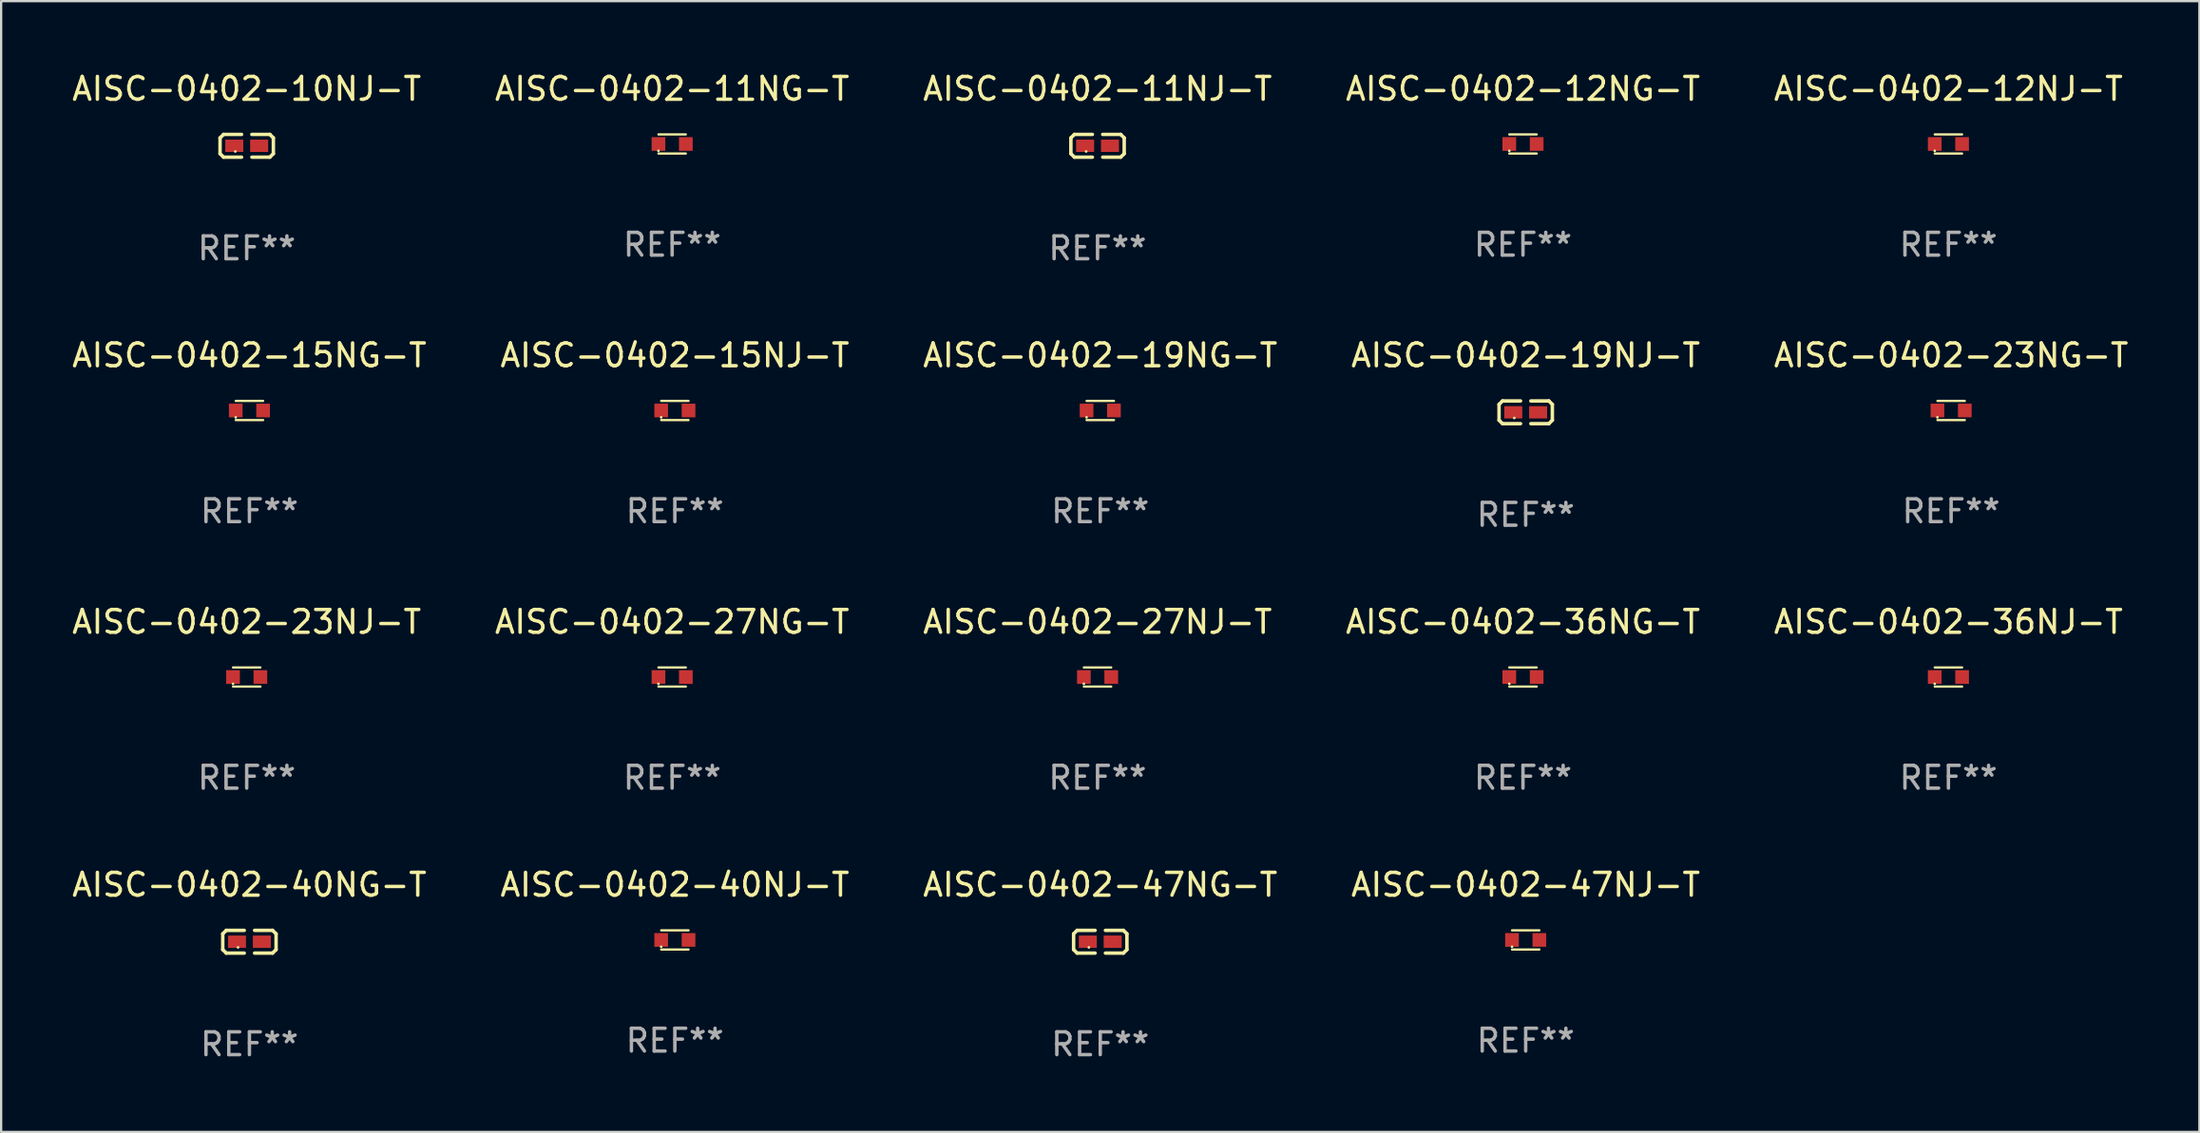
<source format=kicad_pcb>
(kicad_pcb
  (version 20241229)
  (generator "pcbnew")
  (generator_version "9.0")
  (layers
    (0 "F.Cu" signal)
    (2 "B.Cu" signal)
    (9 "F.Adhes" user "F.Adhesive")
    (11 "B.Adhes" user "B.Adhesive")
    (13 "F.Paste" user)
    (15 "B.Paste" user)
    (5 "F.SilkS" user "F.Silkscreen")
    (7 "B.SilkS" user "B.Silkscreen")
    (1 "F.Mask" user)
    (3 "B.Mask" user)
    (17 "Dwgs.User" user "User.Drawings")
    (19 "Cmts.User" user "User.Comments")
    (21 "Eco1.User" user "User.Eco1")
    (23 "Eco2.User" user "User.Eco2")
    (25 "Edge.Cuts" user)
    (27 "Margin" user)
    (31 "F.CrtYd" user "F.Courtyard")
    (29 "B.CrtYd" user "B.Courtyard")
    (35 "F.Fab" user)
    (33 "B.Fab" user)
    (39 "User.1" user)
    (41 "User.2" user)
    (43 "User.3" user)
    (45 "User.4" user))
  (footprint "AISC-0402-23NG-T"
    (layer "F.Cu")
    (at 82.506 14.962)
    (property "Reference" "AISC-0402-23NG-T" (at 0 -2.42 0) (layer "F.SilkS") (effects (font (size 1 1) (thickness 0.15))))
    (attr through_hole)
    (fp_line (start -0.6 -0.42) (end 0.6 -0.42) (stroke (width 0.1) (type solid)) (layer "F.SilkS"))
    (fp_line (start -0.6 0.42) (end 0.6 0.42) (stroke (width 0.1) (type solid)) (layer "F.SilkS"))
    (fp_circle (center -0.6 0.3) (end -0.57 0.3) (stroke (width 0.06) (type solid)) (fill no) (layer "F.SilkS"))
    (fp_text user "REF**" (at 0 4.42 0) (layer "F.Fab") (effects (font (size 1 1) (thickness 0.15))))
    (pad "1" smd rect (at -0.6 0) (size 0.6 0.6) (layers "F.Cu" "F.Mask" "F.Paste"))
    (pad "2" smd rect (at 0.6 0) (size 0.6 0.6) (layers "F.Cu" "F.Mask" "F.Paste")))
  (footprint "AISC-0402-23NJ-T"
    (layer "F.Cu")
    (at 7.768 26.656)
    (property "Reference" "AISC-0402-23NJ-T" (at 0 -2.42 0) (layer "F.SilkS") (effects (font (size 1 1) (thickness 0.15))))
    (attr through_hole)
    (fp_line (start -0.6 -0.42) (end 0.6 -0.42) (stroke (width 0.1) (type solid)) (layer "F.SilkS"))
    (fp_line (start -0.6 0.42) (end 0.6 0.42) (stroke (width 0.1) (type solid)) (layer "F.SilkS"))
    (fp_circle (center -0.6 0.3) (end -0.57 0.3) (stroke (width 0.06) (type solid)) (fill no) (layer "F.SilkS"))
    (fp_text user "REF**" (at 0 4.42 0) (layer "F.Fab") (effects (font (size 1 1) (thickness 0.15))))
    (pad "1" smd rect (at -0.6 0) (size 0.6 0.6) (layers "F.Cu" "F.Mask" "F.Paste"))
    (pad "2" smd rect (at 0.6 0) (size 0.6 0.6) (layers "F.Cu" "F.Mask" "F.Paste")))
  (footprint "AISC-0402-12NG-T"
    (layer "F.Cu")
    (at 63.732 3.268)
    (property "Reference" "AISC-0402-12NG-T" (at 0 -2.42 0) (layer "F.SilkS") (effects (font (size 1 1) (thickness 0.15))))
    (attr through_hole)
    (fp_line (start -0.6 -0.42) (end 0.6 -0.42) (stroke (width 0.1) (type solid)) (layer "F.SilkS"))
    (fp_line (start -0.6 0.42) (end 0.6 0.42) (stroke (width 0.1) (type solid)) (layer "F.SilkS"))
    (fp_circle (center -0.6 0.3) (end -0.57 0.3) (stroke (width 0.06) (type solid)) (fill no) (layer "F.SilkS"))
    (fp_text user "REF**" (at 0 4.42 0) (layer "F.Fab") (effects (font (size 1 1) (thickness 0.15))))
    (pad "1" smd rect (at -0.6 0) (size 0.6 0.6) (layers "F.Cu" "F.Mask" "F.Paste"))
    (pad "2" smd rect (at 0.6 0) (size 0.6 0.6) (layers "F.Cu" "F.Mask" "F.Paste")))
  (footprint "AISC-0402-27NJ-T"
    (layer "F.Cu")
    (at 45.077 26.656)
    (property "Reference" "AISC-0402-27NJ-T" (at 0 -2.42 0) (layer "F.SilkS") (effects (font (size 1 1) (thickness 0.15))))
    (attr through_hole)
    (fp_line (start -0.6 -0.42) (end 0.6 -0.42) (stroke (width 0.1) (type solid)) (layer "F.SilkS"))
    (fp_line (start -0.6 0.42) (end 0.6 0.42) (stroke (width 0.1) (type solid)) (layer "F.SilkS"))
    (fp_circle (center -0.6 0.3) (end -0.57 0.3) (stroke (width 0.06) (type solid)) (fill no) (layer "F.SilkS"))
    (fp_text user "REF**" (at 0 4.42 0) (layer "F.Fab") (effects (font (size 1 1) (thickness 0.15))))
    (pad "1" smd rect (at -0.6 0) (size 0.6 0.6) (layers "F.Cu" "F.Mask" "F.Paste"))
    (pad "2" smd rect (at 0.6 0) (size 0.6 0.6) (layers "F.Cu" "F.Mask" "F.Paste")))
  (footprint "AISC-0402-47NJ-T"
    (layer "F.Cu")
    (at 63.851 38.192)
    (property "Reference" "AISC-0402-47NJ-T" (at 0 -2.42 0) (layer "F.SilkS") (effects (font (size 1 1) (thickness 0.15))))
    (attr through_hole)
    (fp_line (start -0.6 -0.42) (end 0.6 -0.42) (stroke (width 0.1) (type solid)) (layer "F.SilkS"))
    (fp_line (start -0.6 0.42) (end 0.6 0.42) (stroke (width 0.1) (type solid)) (layer "F.SilkS"))
    (fp_circle (center -0.6 0.3) (end -0.57 0.3) (stroke (width 0.06) (type solid)) (fill no) (layer "F.SilkS"))
    (fp_text user "REF**" (at 0 4.42 0) (layer "F.Fab") (effects (font (size 1 1) (thickness 0.15))))
    (pad "1" smd rect (at -0.6 0) (size 0.6 0.6) (layers "F.Cu" "F.Mask" "F.Paste"))
    (pad "2" smd rect (at 0.6 0) (size 0.6 0.6) (layers "F.Cu" "F.Mask" "F.Paste")))
  (footprint "AISC-0402-40NG-T"
    (layer "F.Cu")
    (at 7.887 38.271)
    (property "Reference" "AISC-0402-40NG-T" (at 0 -2.499 0) (layer "F.SilkS") (effects (font (size 1 1) (thickness 0.15))))
    (attr through_hole)
    (fp_line (start -1.169 -0.346) (end -1.016 -0.499) (stroke (width 0.152) (type solid)) (layer "F.SilkS"))
    (fp_line (start -1.169 0.346) (end -1.169 -0.346) (stroke (width 0.152) (type solid)) (layer "F.SilkS"))
    (fp_line (start -1.016 -0.499) (end -0.226 -0.499) (stroke (width 0.152) (type solid)) (layer "F.SilkS"))
    (fp_line (start -1.016 0.499) (end -1.169 0.346) (stroke (width 0.152) (type solid)) (layer "F.SilkS"))
    (fp_line (start -0.226 0.499) (end -1.016 0.499) (stroke (width 0.152) (type solid)) (layer "F.SilkS"))
    (fp_line (start 0.226 0.499) (end 1.016 0.499) (stroke (width 0.152) (type solid)) (layer "F.SilkS"))
    (fp_line (start 1.016 -0.499) (end 0.226 -0.499) (stroke (width 0.152) (type solid)) (layer "F.SilkS"))
    (fp_line (start 1.016 0.499) (end 1.169 0.346) (stroke (width 0.152) (type solid)) (layer "F.SilkS"))
    (fp_line (start 1.169 -0.346) (end 1.016 -0.499) (stroke (width 0.152) (type solid)) (layer "F.SilkS"))
    (fp_line (start 1.169 0.346) (end 1.169 -0.346) (stroke (width 0.152) (type solid)) (layer "F.SilkS"))
    (fp_circle (center -0.5 0.25) (end -0.47 0.25) (stroke (width 0.06) (type solid)) (fill no) (layer "F.SilkS"))
    (fp_text user "REF**" (at 0 4.499 0) (layer "F.Fab") (effects (font (size 1 1) (thickness 0.15))))
    (pad "1" smd rect (at -0.545 0) (size 0.79 0.54) (layers "F.Cu" "F.Mask" "F.Paste"))
    (pad "2" smd rect (at 0.545 0) (size 0.79 0.54) (layers "F.Cu" "F.Mask" "F.Paste")))
  (footprint "AISC-0402-19NG-T"
    (layer "F.Cu")
    (at 45.196 14.962)
    (property "Reference" "AISC-0402-19NG-T" (at 0 -2.42 0) (layer "F.SilkS") (effects (font (size 1 1) (thickness 0.15))))
    (attr through_hole)
    (fp_line (start -0.6 -0.42) (end 0.6 -0.42) (stroke (width 0.1) (type solid)) (layer "F.SilkS"))
    (fp_line (start -0.6 0.42) (end 0.6 0.42) (stroke (width 0.1) (type solid)) (layer "F.SilkS"))
    (fp_circle (center -0.6 0.3) (end -0.57 0.3) (stroke (width 0.06) (type solid)) (fill no) (layer "F.SilkS"))
    (fp_text user "REF**" (at 0 4.42 0) (layer "F.Fab") (effects (font (size 1 1) (thickness 0.15))))
    (pad "1" smd rect (at -0.6 0) (size 0.6 0.6) (layers "F.Cu" "F.Mask" "F.Paste"))
    (pad "2" smd rect (at 0.6 0) (size 0.6 0.6) (layers "F.Cu" "F.Mask" "F.Paste")))
  (footprint "AISC-0402-11NJ-T"
    (layer "F.Cu")
    (at 45.077 3.347)
    (property "Reference" "AISC-0402-11NJ-T" (at 0 -2.499 0) (layer "F.SilkS") (effects (font (size 1 1) (thickness 0.15))))
    (attr through_hole)
    (fp_line (start -1.169 -0.346) (end -1.016 -0.499) (stroke (width 0.152) (type solid)) (layer "F.SilkS"))
    (fp_line (start -1.169 0.346) (end -1.169 -0.346) (stroke (width 0.152) (type solid)) (layer "F.SilkS"))
    (fp_line (start -1.016 -0.499) (end -0.226 -0.499) (stroke (width 0.152) (type solid)) (layer "F.SilkS"))
    (fp_line (start -1.016 0.499) (end -1.169 0.346) (stroke (width 0.152) (type solid)) (layer "F.SilkS"))
    (fp_line (start -0.226 0.499) (end -1.016 0.499) (stroke (width 0.152) (type solid)) (layer "F.SilkS"))
    (fp_line (start 0.226 0.499) (end 1.016 0.499) (stroke (width 0.152) (type solid)) (layer "F.SilkS"))
    (fp_line (start 1.016 -0.499) (end 0.226 -0.499) (stroke (width 0.152) (type solid)) (layer "F.SilkS"))
    (fp_line (start 1.016 0.499) (end 1.169 0.346) (stroke (width 0.152) (type solid)) (layer "F.SilkS"))
    (fp_line (start 1.169 -0.346) (end 1.016 -0.499) (stroke (width 0.152) (type solid)) (layer "F.SilkS"))
    (fp_line (start 1.169 0.346) (end 1.169 -0.346) (stroke (width 0.152) (type solid)) (layer "F.SilkS"))
    (fp_circle (center -0.5 0.25) (end -0.47 0.25) (stroke (width 0.06) (type solid)) (fill no) (layer "F.SilkS"))
    (fp_text user "REF**" (at 0 4.499 0) (layer "F.Fab") (effects (font (size 1 1) (thickness 0.15))))
    (pad "1" smd rect (at -0.545 0) (size 0.79 0.54) (layers "F.Cu" "F.Mask" "F.Paste"))
    (pad "2" smd rect (at 0.545 0) (size 0.79 0.54) (layers "F.Cu" "F.Mask" "F.Paste")))
  (footprint "AISC-0402-15NJ-T"
    (layer "F.Cu")
    (at 26.542 14.962)
    (property "Reference" "AISC-0402-15NJ-T" (at 0 -2.42 0) (layer "F.SilkS") (effects (font (size 1 1) (thickness 0.15))))
    (attr through_hole)
    (fp_line (start -0.6 -0.42) (end 0.6 -0.42) (stroke (width 0.1) (type solid)) (layer "F.SilkS"))
    (fp_line (start -0.6 0.42) (end 0.6 0.42) (stroke (width 0.1) (type solid)) (layer "F.SilkS"))
    (fp_circle (center -0.6 0.3) (end -0.57 0.3) (stroke (width 0.06) (type solid)) (fill no) (layer "F.SilkS"))
    (fp_text user "REF**" (at 0 4.42 0) (layer "F.Fab") (effects (font (size 1 1) (thickness 0.15))))
    (pad "1" smd rect (at -0.6 0) (size 0.6 0.6) (layers "F.Cu" "F.Mask" "F.Paste"))
    (pad "2" smd rect (at 0.6 0) (size 0.6 0.6) (layers "F.Cu" "F.Mask" "F.Paste")))
  (footprint "AISC-0402-10NJ-T"
    (layer "F.Cu")
    (at 7.768 3.347)
    (property "Reference" "AISC-0402-10NJ-T" (at 0 -2.499 0) (layer "F.SilkS") (effects (font (size 1 1) (thickness 0.15))))
    (attr through_hole)
    (fp_line (start -1.169 -0.346) (end -1.016 -0.499) (stroke (width 0.152) (type solid)) (layer "F.SilkS"))
    (fp_line (start -1.169 0.346) (end -1.169 -0.346) (stroke (width 0.152) (type solid)) (layer "F.SilkS"))
    (fp_line (start -1.016 -0.499) (end -0.226 -0.499) (stroke (width 0.152) (type solid)) (layer "F.SilkS"))
    (fp_line (start -1.016 0.499) (end -1.169 0.346) (stroke (width 0.152) (type solid)) (layer "F.SilkS"))
    (fp_line (start -0.226 0.499) (end -1.016 0.499) (stroke (width 0.152) (type solid)) (layer "F.SilkS"))
    (fp_line (start 0.226 0.499) (end 1.016 0.499) (stroke (width 0.152) (type solid)) (layer "F.SilkS"))
    (fp_line (start 1.016 -0.499) (end 0.226 -0.499) (stroke (width 0.152) (type solid)) (layer "F.SilkS"))
    (fp_line (start 1.016 0.499) (end 1.169 0.346) (stroke (width 0.152) (type solid)) (layer "F.SilkS"))
    (fp_line (start 1.169 -0.346) (end 1.016 -0.499) (stroke (width 0.152) (type solid)) (layer "F.SilkS"))
    (fp_line (start 1.169 0.346) (end 1.169 -0.346) (stroke (width 0.152) (type solid)) (layer "F.SilkS"))
    (fp_circle (center -0.5 0.25) (end -0.47 0.25) (stroke (width 0.06) (type solid)) (fill no) (layer "F.SilkS"))
    (fp_text user "REF**" (at 0 4.499 0) (layer "F.Fab") (effects (font (size 1 1) (thickness 0.15))))
    (pad "1" smd rect (at -0.545 0) (size 0.79 0.54) (layers "F.Cu" "F.Mask" "F.Paste"))
    (pad "2" smd rect (at 0.545 0) (size 0.79 0.54) (layers "F.Cu" "F.Mask" "F.Paste")))
  (footprint "AISC-0402-40NJ-T"
    (layer "F.Cu")
    (at 26.542 38.192)
    (property "Reference" "AISC-0402-40NJ-T" (at 0 -2.42 0) (layer "F.SilkS") (effects (font (size 1 1) (thickness 0.15))))
    (attr through_hole)
    (fp_line (start -0.6 -0.42) (end 0.6 -0.42) (stroke (width 0.1) (type solid)) (layer "F.SilkS"))
    (fp_line (start -0.6 0.42) (end 0.6 0.42) (stroke (width 0.1) (type solid)) (layer "F.SilkS"))
    (fp_circle (center -0.6 0.3) (end -0.57 0.3) (stroke (width 0.06) (type solid)) (fill no) (layer "F.SilkS"))
    (fp_text user "REF**" (at 0 4.42 0) (layer "F.Fab") (effects (font (size 1 1) (thickness 0.15))))
    (pad "1" smd rect (at -0.6 0) (size 0.6 0.6) (layers "F.Cu" "F.Mask" "F.Paste"))
    (pad "2" smd rect (at 0.6 0) (size 0.6 0.6) (layers "F.Cu" "F.Mask" "F.Paste")))
  (footprint "AISC-0402-36NG-T"
    (layer "F.Cu")
    (at 63.732 26.656)
    (property "Reference" "AISC-0402-36NG-T" (at 0 -2.42 0) (layer "F.SilkS") (effects (font (size 1 1) (thickness 0.15))))
    (attr through_hole)
    (fp_line (start -0.6 -0.42) (end 0.6 -0.42) (stroke (width 0.1) (type solid)) (layer "F.SilkS"))
    (fp_line (start -0.6 0.42) (end 0.6 0.42) (stroke (width 0.1) (type solid)) (layer "F.SilkS"))
    (fp_circle (center -0.6 0.3) (end -0.57 0.3) (stroke (width 0.06) (type solid)) (fill no) (layer "F.SilkS"))
    (fp_text user "REF**" (at 0 4.42 0) (layer "F.Fab") (effects (font (size 1 1) (thickness 0.15))))
    (pad "1" smd rect (at -0.6 0) (size 0.6 0.6) (layers "F.Cu" "F.Mask" "F.Paste"))
    (pad "2" smd rect (at 0.6 0) (size 0.6 0.6) (layers "F.Cu" "F.Mask" "F.Paste")))
  (footprint "AISC-0402-27NG-T"
    (layer "F.Cu")
    (at 26.423 26.656)
    (property "Reference" "AISC-0402-27NG-T" (at 0 -2.42 0) (layer "F.SilkS") (effects (font (size 1 1) (thickness 0.15))))
    (attr through_hole)
    (fp_line (start -0.6 -0.42) (end 0.6 -0.42) (stroke (width 0.1) (type solid)) (layer "F.SilkS"))
    (fp_line (start -0.6 0.42) (end 0.6 0.42) (stroke (width 0.1) (type solid)) (layer "F.SilkS"))
    (fp_circle (center -0.6 0.3) (end -0.57 0.3) (stroke (width 0.06) (type solid)) (fill no) (layer "F.SilkS"))
    (fp_text user "REF**" (at 0 4.42 0) (layer "F.Fab") (effects (font (size 1 1) (thickness 0.15))))
    (pad "1" smd rect (at -0.6 0) (size 0.6 0.6) (layers "F.Cu" "F.Mask" "F.Paste"))
    (pad "2" smd rect (at 0.6 0) (size 0.6 0.6) (layers "F.Cu" "F.Mask" "F.Paste")))
  (footprint "AISC-0402-19NJ-T"
    (layer "F.Cu")
    (at 63.851 15.041)
    (property "Reference" "AISC-0402-19NJ-T" (at 0 -2.499 0) (layer "F.SilkS") (effects (font (size 1 1) (thickness 0.15))))
    (attr through_hole)
    (fp_line (start -1.169 -0.346) (end -1.016 -0.499) (stroke (width 0.152) (type solid)) (layer "F.SilkS"))
    (fp_line (start -1.169 0.346) (end -1.169 -0.346) (stroke (width 0.152) (type solid)) (layer "F.SilkS"))
    (fp_line (start -1.016 -0.499) (end -0.226 -0.499) (stroke (width 0.152) (type solid)) (layer "F.SilkS"))
    (fp_line (start -1.016 0.499) (end -1.169 0.346) (stroke (width 0.152) (type solid)) (layer "F.SilkS"))
    (fp_line (start -0.226 0.499) (end -1.016 0.499) (stroke (width 0.152) (type solid)) (layer "F.SilkS"))
    (fp_line (start 0.226 0.499) (end 1.016 0.499) (stroke (width 0.152) (type solid)) (layer "F.SilkS"))
    (fp_line (start 1.016 -0.499) (end 0.226 -0.499) (stroke (width 0.152) (type solid)) (layer "F.SilkS"))
    (fp_line (start 1.016 0.499) (end 1.169 0.346) (stroke (width 0.152) (type solid)) (layer "F.SilkS"))
    (fp_line (start 1.169 -0.346) (end 1.016 -0.499) (stroke (width 0.152) (type solid)) (layer "F.SilkS"))
    (fp_line (start 1.169 0.346) (end 1.169 -0.346) (stroke (width 0.152) (type solid)) (layer "F.SilkS"))
    (fp_circle (center -0.5 0.25) (end -0.47 0.25) (stroke (width 0.06) (type solid)) (fill no) (layer "F.SilkS"))
    (fp_text user "REF**" (at 0 4.499 0) (layer "F.Fab") (effects (font (size 1 1) (thickness 0.15))))
    (pad "1" smd rect (at -0.545 0) (size 0.79 0.54) (layers "F.Cu" "F.Mask" "F.Paste"))
    (pad "2" smd rect (at 0.545 0) (size 0.79 0.54) (layers "F.Cu" "F.Mask" "F.Paste")))
  (footprint "AISC-0402-12NJ-T"
    (layer "F.Cu")
    (at 82.387 3.268)
    (property "Reference" "AISC-0402-12NJ-T" (at 0 -2.42 0) (layer "F.SilkS") (effects (font (size 1 1) (thickness 0.15))))
    (attr through_hole)
    (fp_line (start -0.6 -0.42) (end 0.6 -0.42) (stroke (width 0.1) (type solid)) (layer "F.SilkS"))
    (fp_line (start -0.6 0.42) (end 0.6 0.42) (stroke (width 0.1) (type solid)) (layer "F.SilkS"))
    (fp_circle (center -0.6 0.3) (end -0.57 0.3) (stroke (width 0.06) (type solid)) (fill no) (layer "F.SilkS"))
    (fp_text user "REF**" (at 0 4.42 0) (layer "F.Fab") (effects (font (size 1 1) (thickness 0.15))))
    (pad "1" smd rect (at -0.6 0) (size 0.6 0.6) (layers "F.Cu" "F.Mask" "F.Paste"))
    (pad "2" smd rect (at 0.6 0) (size 0.6 0.6) (layers "F.Cu" "F.Mask" "F.Paste")))
  (footprint "AISC-0402-11NG-T"
    (layer "F.Cu")
    (at 26.423 3.268)
    (property "Reference" "AISC-0402-11NG-T" (at 0 -2.42 0) (layer "F.SilkS") (effects (font (size 1 1) (thickness 0.15))))
    (attr through_hole)
    (fp_line (start -0.6 -0.42) (end 0.6 -0.42) (stroke (width 0.1) (type solid)) (layer "F.SilkS"))
    (fp_line (start -0.6 0.42) (end 0.6 0.42) (stroke (width 0.1) (type solid)) (layer "F.SilkS"))
    (fp_circle (center -0.6 0.3) (end -0.57 0.3) (stroke (width 0.06) (type solid)) (fill no) (layer "F.SilkS"))
    (fp_text user "REF**" (at 0 4.42 0) (layer "F.Fab") (effects (font (size 1 1) (thickness 0.15))))
    (pad "1" smd rect (at -0.6 0) (size 0.6 0.6) (layers "F.Cu" "F.Mask" "F.Paste"))
    (pad "2" smd rect (at 0.6 0) (size 0.6 0.6) (layers "F.Cu" "F.Mask" "F.Paste")))
  (footprint "AISC-0402-47NG-T"
    (layer "F.Cu")
    (at 45.196 38.271)
    (property "Reference" "AISC-0402-47NG-T" (at 0 -2.499 0) (layer "F.SilkS") (effects (font (size 1 1) (thickness 0.15))))
    (attr through_hole)
    (fp_line (start -1.169 -0.346) (end -1.016 -0.499) (stroke (width 0.152) (type solid)) (layer "F.SilkS"))
    (fp_line (start -1.169 0.346) (end -1.169 -0.346) (stroke (width 0.152) (type solid)) (layer "F.SilkS"))
    (fp_line (start -1.016 -0.499) (end -0.226 -0.499) (stroke (width 0.152) (type solid)) (layer "F.SilkS"))
    (fp_line (start -1.016 0.499) (end -1.169 0.346) (stroke (width 0.152) (type solid)) (layer "F.SilkS"))
    (fp_line (start -0.226 0.499) (end -1.016 0.499) (stroke (width 0.152) (type solid)) (layer "F.SilkS"))
    (fp_line (start 0.226 0.499) (end 1.016 0.499) (stroke (width 0.152) (type solid)) (layer "F.SilkS"))
    (fp_line (start 1.016 -0.499) (end 0.226 -0.499) (stroke (width 0.152) (type solid)) (layer "F.SilkS"))
    (fp_line (start 1.016 0.499) (end 1.169 0.346) (stroke (width 0.152) (type solid)) (layer "F.SilkS"))
    (fp_line (start 1.169 -0.346) (end 1.016 -0.499) (stroke (width 0.152) (type solid)) (layer "F.SilkS"))
    (fp_line (start 1.169 0.346) (end 1.169 -0.346) (stroke (width 0.152) (type solid)) (layer "F.SilkS"))
    (fp_circle (center -0.5 0.25) (end -0.47 0.25) (stroke (width 0.06) (type solid)) (fill no) (layer "F.SilkS"))
    (fp_text user "REF**" (at 0 4.499 0) (layer "F.Fab") (effects (font (size 1 1) (thickness 0.15))))
    (pad "1" smd rect (at -0.545 0) (size 0.79 0.54) (layers "F.Cu" "F.Mask" "F.Paste"))
    (pad "2" smd rect (at 0.545 0) (size 0.79 0.54) (layers "F.Cu" "F.Mask" "F.Paste")))
  (footprint "AISC-0402-36NJ-T"
    (layer "F.Cu")
    (at 82.387 26.656)
    (property "Reference" "AISC-0402-36NJ-T" (at 0 -2.42 0) (layer "F.SilkS") (effects (font (size 1 1) (thickness 0.15))))
    (attr through_hole)
    (fp_line (start -0.6 -0.42) (end 0.6 -0.42) (stroke (width 0.1) (type solid)) (layer "F.SilkS"))
    (fp_line (start -0.6 0.42) (end 0.6 0.42) (stroke (width 0.1) (type solid)) (layer "F.SilkS"))
    (fp_circle (center -0.6 0.3) (end -0.57 0.3) (stroke (width 0.06) (type solid)) (fill no) (layer "F.SilkS"))
    (fp_text user "REF**" (at 0 4.42 0) (layer "F.Fab") (effects (font (size 1 1) (thickness 0.15))))
    (pad "1" smd rect (at -0.6 0) (size 0.6 0.6) (layers "F.Cu" "F.Mask" "F.Paste"))
    (pad "2" smd rect (at 0.6 0) (size 0.6 0.6) (layers "F.Cu" "F.Mask" "F.Paste")))
  (footprint "AISC-0402-15NG-T"
    (layer "F.Cu")
    (at 7.887 14.962)
    (property "Reference" "AISC-0402-15NG-T" (at 0 -2.42 0) (layer "F.SilkS") (effects (font (size 1 1) (thickness 0.15))))
    (attr through_hole)
    (fp_line (start -0.6 -0.42) (end 0.6 -0.42) (stroke (width 0.1) (type solid)) (layer "F.SilkS"))
    (fp_line (start -0.6 0.42) (end 0.6 0.42) (stroke (width 0.1) (type solid)) (layer "F.SilkS"))
    (fp_circle (center -0.6 0.3) (end -0.57 0.3) (stroke (width 0.06) (type solid)) (fill no) (layer "F.SilkS"))
    (fp_text user "REF**" (at 0 4.42 0) (layer "F.Fab") (effects (font (size 1 1) (thickness 0.15))))
    (pad "1" smd rect (at -0.6 0) (size 0.6 0.6) (layers "F.Cu" "F.Mask" "F.Paste"))
    (pad "2" smd rect (at 0.6 0) (size 0.6 0.6) (layers "F.Cu" "F.Mask" "F.Paste")))
  (gr_rect
    (start -3 -3)
    (end 93.393 46.618)
    (stroke (width 0.1) (type default))
    (fill no)
    (layer "Edge.Cuts")))
</source>
